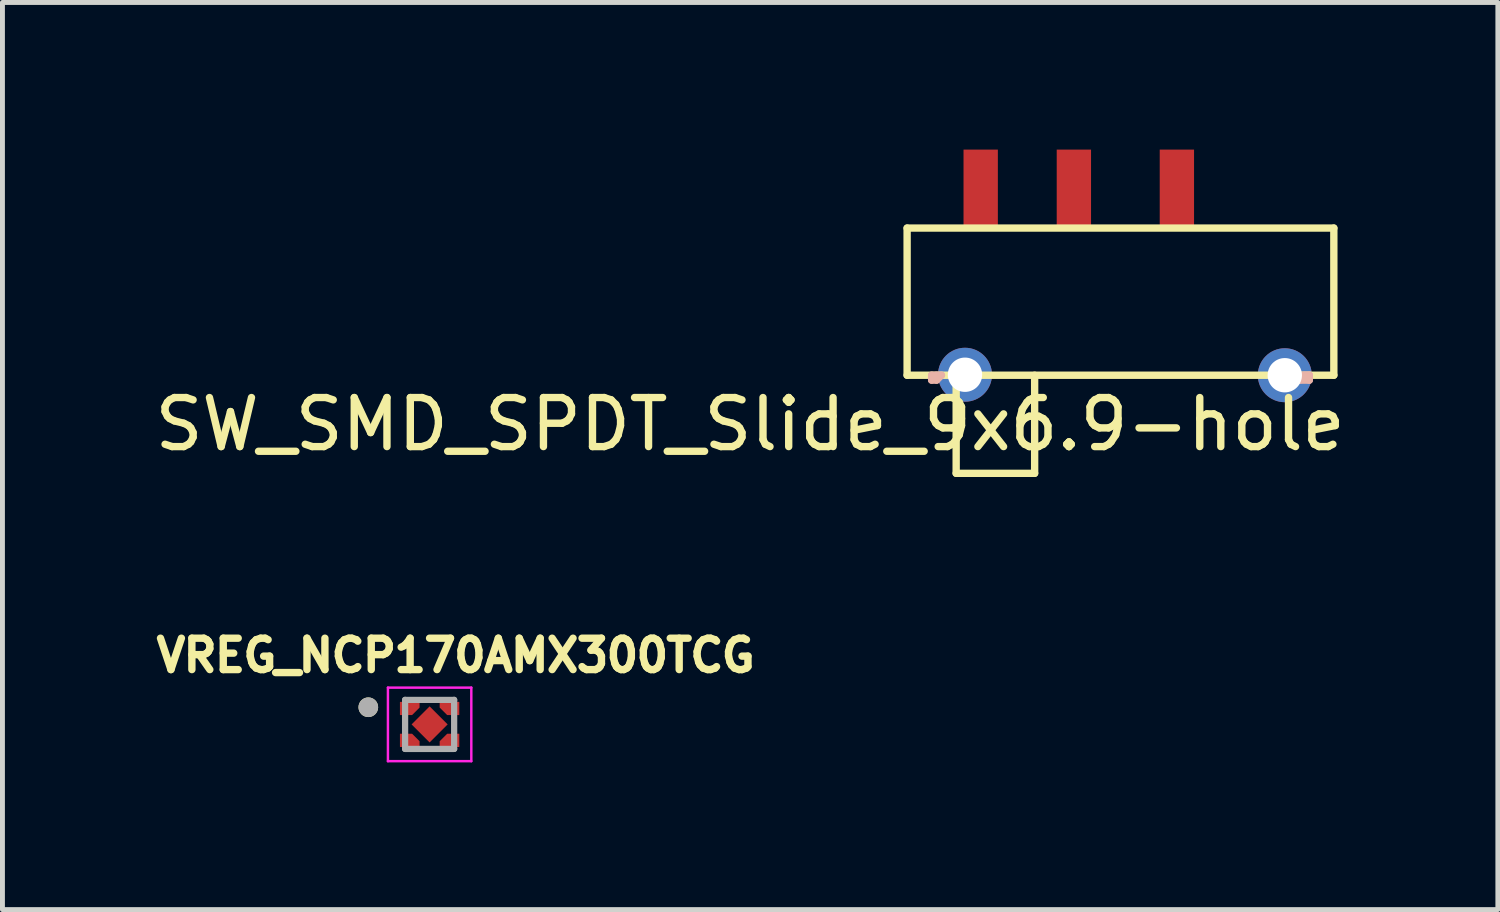
<source format=kicad_pcb>
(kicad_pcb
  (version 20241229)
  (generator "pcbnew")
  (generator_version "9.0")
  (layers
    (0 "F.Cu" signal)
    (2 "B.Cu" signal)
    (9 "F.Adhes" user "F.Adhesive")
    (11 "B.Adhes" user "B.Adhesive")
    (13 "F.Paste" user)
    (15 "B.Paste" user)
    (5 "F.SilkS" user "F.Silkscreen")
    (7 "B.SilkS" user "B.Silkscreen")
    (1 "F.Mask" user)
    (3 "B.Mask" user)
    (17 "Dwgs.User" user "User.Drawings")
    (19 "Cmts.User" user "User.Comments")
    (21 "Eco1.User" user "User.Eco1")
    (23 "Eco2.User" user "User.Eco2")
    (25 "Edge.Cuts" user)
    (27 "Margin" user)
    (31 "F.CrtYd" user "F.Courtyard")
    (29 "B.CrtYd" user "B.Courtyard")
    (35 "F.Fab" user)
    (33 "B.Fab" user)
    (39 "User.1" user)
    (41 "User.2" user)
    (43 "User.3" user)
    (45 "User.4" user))
  (footprint "VREG_NCP170AMX300TCG"
    (layer "F.Cu")
    (at 5.709 11.719)
    (property "Reference" "VREG_NCP170AMX300TCG" (at 0.532 -1.406 0) (layer "F.SilkS") (effects (font (size 0.64 0.64) (thickness 0.15))))
    (attr through_hole)
    (fp_poly (pts (xy -0.65 -0.505) (xy -0.16 -0.505) (xy -0.16 -0.32) (xy -0.335 -0.145) (xy -0.65 -0.145)) (stroke (width 0.01) (type solid)) (fill yes) (layer "F.Mask"))
    (fp_poly (pts (xy -0.65 0.505) (xy -0.16 0.505) (xy -0.16 0.32) (xy -0.335 0.145) (xy -0.65 0.145)) (stroke (width 0.01) (type solid)) (fill yes) (layer "F.Mask"))
    (fp_poly (pts (xy 0.65 -0.505) (xy 0.16 -0.505) (xy 0.16 -0.32) (xy 0.335 -0.145) (xy 0.65 -0.145)) (stroke (width 0.01) (type solid)) (fill yes) (layer "F.Mask"))
    (fp_poly (pts (xy 0.65 0.505) (xy 0.16 0.505) (xy 0.16 0.32) (xy 0.335 0.145) (xy 0.65 0.145)) (stroke (width 0.01) (type solid)) (fill yes) (layer "F.Mask"))
    (fp_circle (center -1.25 -0.35) (end -1.15 -0.35) (stroke (width 0.2) (type solid)) (fill no) (layer "F.SilkS"))
    (fp_poly (pts (xy -0.6 -0.455) (xy -0.21 -0.455) (xy -0.21 -0.345) (xy -0.36 -0.195) (xy -0.6 -0.195)) (stroke (width 0.01) (type solid)) (fill yes) (layer "F.Paste"))
    (fp_poly (pts (xy -0.6 0.455) (xy -0.21 0.455) (xy -0.21 0.345) (xy -0.36 0.195) (xy -0.6 0.195)) (stroke (width 0.01) (type solid)) (fill yes) (layer "F.Paste"))
    (fp_poly (pts (xy 0.6 -0.455) (xy 0.21 -0.455) (xy 0.21 -0.345) (xy 0.36 -0.195) (xy 0.6 -0.195)) (stroke (width 0.01) (type solid)) (fill yes) (layer "F.Paste"))
    (fp_poly (pts (xy 0.6 0.455) (xy 0.21 0.455) (xy 0.21 0.345) (xy 0.36 0.195) (xy 0.6 0.195)) (stroke (width 0.01) (type solid)) (fill yes) (layer "F.Paste"))
    (fp_line (start -0.85 -0.75) (end 0.85 -0.75) (stroke (width 0.05) (type solid)) (layer "F.CrtYd"))
    (fp_line (start -0.85 0.75) (end -0.85 -0.75) (stroke (width 0.05) (type solid)) (layer "F.CrtYd"))
    (fp_line (start 0.85 -0.75) (end 0.85 0.75) (stroke (width 0.05) (type solid)) (layer "F.CrtYd"))
    (fp_line (start 0.85 0.75) (end -0.85 0.75) (stroke (width 0.05) (type solid)) (layer "F.CrtYd"))
    (fp_line (start -0.5 -0.5) (end -0.5 0.5) (stroke (width 0.127) (type solid)) (layer "F.Fab"))
    (fp_line (start -0.5 0.5) (end 0.5 0.5) (stroke (width 0.127) (type solid)) (layer "F.Fab"))
    (fp_line (start 0.5 -0.5) (end -0.5 -0.5) (stroke (width 0.127) (type solid)) (layer "F.Fab"))
    (fp_line (start 0.5 0.5) (end 0.5 -0.5) (stroke (width 0.127) (type solid)) (layer "F.Fab"))
    (fp_circle (center -1.25 -0.35) (end -1.15 -0.35) (stroke (width 0.2) (type solid)) (fill no) (layer "F.Fab"))
    (pad "1" smd custom (at -0.405 -0.325) (size 0.1 0.1) (layers "F.Cu") (options (anchor rect)) (primitives (gr_poly (pts (xy -0.195 -0.13) (xy 0.195 -0.13) (xy 0.195 -0.02) (xy 0.045 0.13) (xy -0.195 0.13)) (width 0.01) (fill yes))))
    (pad "2" smd custom (at -0.405 0.325) (size 0.1 0.1) (layers "F.Cu") (options (anchor rect)) (primitives (gr_poly (pts (xy -0.195 0.13) (xy 0.195 0.13) (xy 0.195 0.02) (xy 0.045 -0.13) (xy -0.195 -0.13)) (width 0.01) (fill yes))))
    (pad "3" smd custom (at 0.405 0.325) (size 0.1 0.1) (layers "F.Cu") (options (anchor rect)) (primitives (gr_poly (pts (xy 0.195 0.13) (xy -0.195 0.13) (xy -0.195 0.02) (xy -0.045 -0.13) (xy 0.195 -0.13)) (width 0.01) (fill yes))))
    (pad "4" smd custom (at 0.405 -0.325) (size 0.1 0.1) (layers "F.Cu") (options (anchor rect)) (primitives (gr_poly (pts (xy 0.195 -0.13) (xy -0.195 -0.13) (xy -0.195 -0.02) (xy -0.045 0.13) (xy 0.195 0.13)) (width 0.01) (fill yes))))
    (pad "5" smd rect (at 0 0 45) (size 0.52 0.52) (layers "F.Cu" "F.Mask" "F.Paste")))
  (footprint "SW_SMD_SPDT_Slide_9x6.9-hole"
    (layer "F.Cu")
    (at 15.444 1.6)
    (property "Reference" "SW_SMD_SPDT_Slide_9x6.9-hole" (at -3.2 4 180) (layer "F.SilkS") (effects (font (size 1 1) (thickness 0.15))))
    (attr through_hole)
    (fp_line (start 0 0) (end 8.7 0) (stroke (width 0.15) (type solid)) (layer "F.SilkS"))
    (fp_line (start 0 3) (end 0 0) (stroke (width 0.15) (type solid)) (layer "F.SilkS"))
    (fp_line (start 1 3) (end 1 5) (stroke (width 0.15) (type solid)) (layer "F.SilkS"))
    (fp_line (start 1 5) (end 2.6 5) (stroke (width 0.15) (type solid)) (layer "F.SilkS"))
    (fp_line (start 2.6 5) (end 2.6 3) (stroke (width 0.15) (type solid)) (layer "F.SilkS"))
    (fp_line (start 8.7 0) (end 8.7 3) (stroke (width 0.15) (type solid)) (layer "F.SilkS"))
    (fp_line (start 8.7 3) (end 0 3) (stroke (width 0.15) (type solid)) (layer "F.SilkS"))
    (fp_line (start 0.5 3) (end 0.5 3.1) (stroke (width 0.15) (type solid)) (layer "B.SilkS"))
    (fp_line (start 0.5 3.1) (end 0.6 3.1) (stroke (width 0.15) (type solid)) (layer "B.SilkS"))
    (fp_line (start 0.6 3) (end 0.5 3) (stroke (width 0.15) (type solid)) (layer "B.SilkS"))
    (fp_line (start 0.6 3.1) (end 0.7 3) (stroke (width 0.15) (type solid)) (layer "B.SilkS"))
    (fp_line (start 0.7 3) (end 0.6 3) (stroke (width 0.15) (type solid)) (layer "B.SilkS"))
    (fp_line (start 8 3) (end 8.2 3) (stroke (width 0.15) (type solid)) (layer "B.SilkS"))
    (fp_line (start 8 3.1) (end 8 3) (stroke (width 0.15) (type solid)) (layer "B.SilkS"))
    (fp_line (start 8.2 3) (end 8.1 3) (stroke (width 0.15) (type solid)) (layer "B.SilkS"))
    (fp_line (start 8.2 3) (end 8.2 3.1) (stroke (width 0.15) (type solid)) (layer "B.SilkS"))
    (fp_line (start 8.2 3.1) (end 8 3.1) (stroke (width 0.15) (type solid)) (layer "B.SilkS"))
    (fp_line (start 0.7 3) (end 0.7 3.1) (stroke (width 0.15) (type solid)) (layer "F.Paste"))
    (pad "" thru_hole circle (at 1.18 2.99) (size 1.1 1.1) (drill 0.7) (layers "*.Cu" "*.Mask"))
    (pad "" thru_hole circle (at 7.7 3) (size 1.1 1.1) (drill 0.7) (layers "*.Cu" "*.Mask"))
    (pad "1" smd rect (at 1.5 -0.8) (size 0.7 1.6) (layers "F.Cu" "F.Mask" "F.Paste"))
    (pad "2" smd rect (at 3.4 -0.8) (size 0.7 1.6) (layers "F.Cu" "F.Mask" "F.Paste"))
    (pad "3" smd rect (at 5.5 -0.8) (size 0.7 1.6) (layers "F.Cu" "F.Mask" "F.Paste")))
  (gr_rect
    (start -3 -3)
    (end 27.488 15.494)
    (stroke (width 0.1) (type default))
    (fill no)
    (layer "Edge.Cuts")))
</source>
